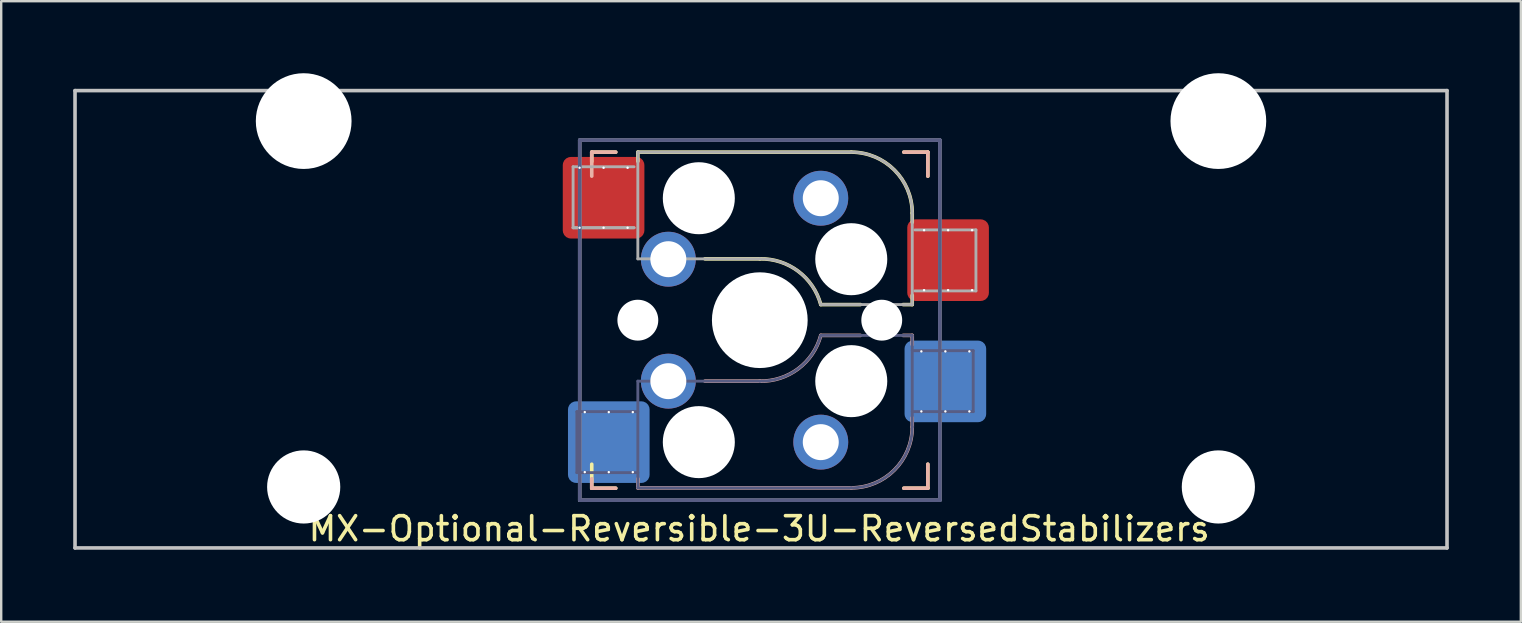
<source format=kicad_pcb>
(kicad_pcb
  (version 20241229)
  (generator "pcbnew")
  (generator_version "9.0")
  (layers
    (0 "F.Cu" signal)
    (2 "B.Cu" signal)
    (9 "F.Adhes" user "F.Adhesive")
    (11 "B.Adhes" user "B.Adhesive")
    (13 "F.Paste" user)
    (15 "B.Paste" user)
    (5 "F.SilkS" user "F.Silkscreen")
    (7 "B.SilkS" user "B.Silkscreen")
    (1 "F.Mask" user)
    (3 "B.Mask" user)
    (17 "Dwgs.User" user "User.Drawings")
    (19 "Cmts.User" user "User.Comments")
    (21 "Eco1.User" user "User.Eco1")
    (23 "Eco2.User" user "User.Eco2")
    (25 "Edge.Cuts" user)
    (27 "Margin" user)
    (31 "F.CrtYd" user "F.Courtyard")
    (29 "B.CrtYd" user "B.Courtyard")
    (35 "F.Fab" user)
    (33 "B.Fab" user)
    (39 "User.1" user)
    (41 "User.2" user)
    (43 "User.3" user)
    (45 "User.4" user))
  (footprint "MX-Optional-Reversible-3U-ReversedStabilizers"
    (layer "F.Cu")
    (at 28.65 10.249)
    (property "Reference" "MX-Optional-Reversible-3U-ReversedStabilizers" (at -0.077 8.726 180) (layer "F.SilkS") (effects (font (size 1 1) (thickness 0.15))))
    (attr smd)
    (fp_rect (start -8.258 -6.062) (end -4.858 -4.062) (stroke (width 0.1) (type solid)) (fill yes) (layer "F.Mask"))
    (fp_rect (start 6.092 -3.462) (end 9.492 -1.462) (stroke (width 0.1) (type solid)) (fill yes) (layer "F.Mask"))
    (fp_rect (start -8.041 4.118) (end -4.641 6.118) (stroke (width 0.1) (type solid)) (fill yes) (layer "B.Mask"))
    (fp_rect (start 5.979 1.588) (end 9.379 3.588) (stroke (width 0.1) (type solid)) (fill yes) (layer "B.Mask"))
    (fp_line (start -7.051 -6.962) (end -6.051 -6.962) (stroke (width 0.15) (type solid)) (layer "F.SilkS"))
    (fp_line (start -7.051 -6.566) (end -7.051 -6.962) (stroke (width 0.15) (type solid)) (layer "F.SilkS"))
    (fp_line (start -7.051 7.038) (end -7.051 6.038) (stroke (width 0.15) (type solid)) (layer "F.SilkS"))
    (fp_line (start -6.051 7.038) (end -7.051 7.038) (stroke (width 0.15) (type solid)) (layer "F.SilkS"))
    (fp_line (start -5.131 -6.581) (end -5.131 -6.962) (stroke (width 0.15) (type solid)) (layer "F.SilkS"))
    (fp_line (start -2.337 -2.517) (end -0.051 -2.517) (stroke (width 0.15) (type solid)) (layer "F.SilkS"))
    (fp_line (start 2.489 -0.612) (end 4.14 -0.612) (stroke (width 0.15) (type solid)) (layer "F.SilkS"))
    (fp_line (start 3.759 -6.962) (end -5.131 -6.962) (stroke (width 0.15) (type solid)) (layer "F.SilkS"))
    (fp_line (start 5.918 -0.612) (end 6.299 -0.612) (stroke (width 0.15) (type solid)) (layer "F.SilkS"))
    (fp_line (start 5.949 -6.962) (end 6.949 -6.962) (stroke (width 0.15) (type solid)) (layer "F.SilkS"))
    (fp_line (start 6.299 -4.041) (end 6.299 -4.422) (stroke (width 0.15) (type solid)) (layer "F.SilkS"))
    (fp_line (start 6.299 -0.612) (end 6.299 -0.993) (stroke (width 0.15) (type solid)) (layer "F.SilkS"))
    (fp_line (start 6.949 -6.962) (end 6.949 -5.962) (stroke (width 0.15) (type solid)) (layer "F.SilkS"))
    (fp_line (start 6.949 6.038) (end 6.949 7.038) (stroke (width 0.15) (type solid)) (layer "F.SilkS"))
    (fp_line (start 6.949 7.038) (end 5.949 7.038) (stroke (width 0.15) (type solid)) (layer "F.SilkS"))
    (fp_arc (start -0.05085 -2.51696) (mid 1.54712 -2.001754) (end 2.48915 -0.61196) (stroke (width 0.15) (type solid)) (layer "F.SilkS"))
    (fp_arc (start 3.75915 -6.96196) (mid 5.555201 -6.218011) (end 6.29915 -4.42196) (stroke (width 0.15) (type solid)) (layer "F.SilkS"))
    (fp_line (start -7.051 -6.962) (end -6.051 -6.962) (stroke (width 0.15) (type solid)) (layer "B.SilkS"))
    (fp_line (start -7.051 -5.962) (end -7.051 -6.962) (stroke (width 0.15) (type solid)) (layer "B.SilkS"))
    (fp_line (start -7.051 7.038) (end -7.051 6.642) (stroke (width 0.15) (type solid)) (layer "B.SilkS"))
    (fp_line (start -6.051 7.038) (end -7.051 7.038) (stroke (width 0.15) (type solid)) (layer "B.SilkS"))
    (fp_line (start -5.131 7.023) (end -5.131 6.642) (stroke (width 0.15) (type solid)) (layer "B.SilkS"))
    (fp_line (start -5.131 7.023) (end 3.759 7.023) (stroke (width 0.15) (type solid)) (layer "B.SilkS"))
    (fp_line (start -0.051 2.578) (end -2.337 2.578) (stroke (width 0.15) (type solid)) (layer "B.SilkS"))
    (fp_line (start 4.14 0.673) (end 2.489 0.673) (stroke (width 0.15) (type solid)) (layer "B.SilkS"))
    (fp_line (start 5.949 -6.962) (end 6.949 -6.962) (stroke (width 0.15) (type solid)) (layer "B.SilkS"))
    (fp_line (start 6.299 0.673) (end 5.918 0.673) (stroke (width 0.15) (type solid)) (layer "B.SilkS"))
    (fp_line (start 6.299 1.054) (end 6.299 0.673) (stroke (width 0.15) (type solid)) (layer "B.SilkS"))
    (fp_line (start 6.299 4.483) (end 6.299 4.102) (stroke (width 0.15) (type solid)) (layer "B.SilkS"))
    (fp_line (start 6.949 -6.962) (end 6.949 -5.962) (stroke (width 0.15) (type solid)) (layer "B.SilkS"))
    (fp_line (start 6.949 6.038) (end 6.949 7.038) (stroke (width 0.15) (type solid)) (layer "B.SilkS"))
    (fp_line (start 6.949 7.038) (end 5.949 7.038) (stroke (width 0.15) (type solid)) (layer "B.SilkS"))
    (fp_arc (start 2.48915 0.67304) (mid 1.547119 2.062831) (end -0.05085 2.57804) (stroke (width 0.15) (type solid)) (layer "B.SilkS"))
    (fp_arc (start 6.29915 4.48304) (mid 5.555201 6.279091) (end 3.75915 7.02304) (stroke (width 0.15) (type solid)) (layer "B.SilkS"))
    (fp_line (start -28.575 9.525) (end -28.575 -9.525) (stroke (width 0.15) (type solid)) (layer "Dwgs.User"))
    (fp_line (start 28.575 -9.525) (end -28.575 -9.525) (stroke (width 0.15) (type solid)) (layer "Dwgs.User"))
    (fp_line (start 28.575 9.525) (end -28.575 9.525) (stroke (width 0.15) (type solid)) (layer "Dwgs.User"))
    (fp_line (start 28.575 9.525) (end 28.575 -9.525) (stroke (width 0.15) (type solid)) (layer "Dwgs.User"))
    (fp_line (start -6.951 6.938) (end -6.951 -6.862) (stroke (width 0.15) (type solid)) (layer "Eco2.User"))
    (fp_line (start -6.951 6.938) (end 6.849 6.938) (stroke (width 0.15) (type solid)) (layer "Eco2.User"))
    (fp_line (start 6.849 -6.862) (end -6.951 -6.862) (stroke (width 0.15) (type solid)) (layer "Eco2.User"))
    (fp_line (start 6.849 -6.862) (end 6.849 6.938) (stroke (width 0.15) (type solid)) (layer "Eco2.User"))
    (fp_line (start -7.671 3.848) (end -7.671 6.388) (stroke (width 0.12) (type solid)) (layer "B.Fab"))
    (fp_line (start -7.671 6.388) (end -5.131 6.388) (stroke (width 0.12) (type solid)) (layer "B.Fab"))
    (fp_line (start -7.551 -7.462) (end 7.449 -7.462) (stroke (width 0.15) (type solid)) (layer "B.Fab"))
    (fp_line (start -7.551 7.538) (end -7.551 -7.462) (stroke (width 0.15) (type solid)) (layer "B.Fab"))
    (fp_line (start -5.131 2.578) (end -5.131 7.023) (stroke (width 0.12) (type solid)) (layer "B.Fab"))
    (fp_line (start -5.131 3.848) (end -7.671 3.848) (stroke (width 0.12) (type solid)) (layer "B.Fab"))
    (fp_line (start -5.131 7.023) (end 3.759 7.023) (stroke (width 0.12) (type solid)) (layer "B.Fab"))
    (fp_line (start -0.051 2.578) (end -5.131 2.578) (stroke (width 0.12) (type solid)) (layer "B.Fab"))
    (fp_line (start 6.299 0.673) (end 2.489 0.673) (stroke (width 0.12) (type solid)) (layer "B.Fab"))
    (fp_line (start 6.299 3.848) (end 8.839 3.848) (stroke (width 0.12) (type solid)) (layer "B.Fab"))
    (fp_line (start 6.299 4.483) (end 6.299 0.673) (stroke (width 0.12) (type solid)) (layer "B.Fab"))
    (fp_line (start 7.449 -7.462) (end 7.449 7.538) (stroke (width 0.15) (type solid)) (layer "B.Fab"))
    (fp_line (start 7.449 7.538) (end -7.551 7.538) (stroke (width 0.15) (type solid)) (layer "B.Fab"))
    (fp_line (start 8.839 1.308) (end 6.299 1.308) (stroke (width 0.12) (type solid)) (layer "B.Fab"))
    (fp_line (start 8.839 3.848) (end 8.839 1.308) (stroke (width 0.12) (type solid)) (layer "B.Fab"))
    (fp_arc (start 2.48915 0.67304) (mid 1.547119 2.062831) (end -0.05085 2.57804) (stroke (width 0.12) (type solid)) (layer "B.Fab"))
    (fp_arc (start 6.29915 4.48304) (mid 5.555201 6.279091) (end 3.75915 7.02304) (stroke (width 0.12) (type solid)) (layer "B.Fab"))
    (fp_line (start -7.828 -6.352) (end -7.828 -3.812) (stroke (width 0.12) (type solid)) (layer "F.Fab"))
    (fp_line (start -7.828 -3.812) (end -5.288 -3.812) (stroke (width 0.12) (type solid)) (layer "F.Fab"))
    (fp_line (start -7.828 -3.812) (end -5.288 -3.812) (stroke (width 0.12) (type solid)) (layer "F.Fab"))
    (fp_line (start -7.551 -7.462) (end 7.449 -7.462) (stroke (width 0.15) (type solid)) (layer "F.Fab"))
    (fp_line (start -7.551 7.538) (end -7.551 -7.462) (stroke (width 0.15) (type solid)) (layer "F.Fab"))
    (fp_line (start -5.288 -6.352) (end -7.828 -6.352) (stroke (width 0.12) (type solid)) (layer "F.Fab"))
    (fp_line (start -5.131 -6.962) (end -5.131 -2.517) (stroke (width 0.12) (type solid)) (layer "F.Fab"))
    (fp_line (start -5.131 -2.517) (end -0.051 -2.517) (stroke (width 0.12) (type solid)) (layer "F.Fab"))
    (fp_line (start 2.489 -0.612) (end 6.299 -0.612) (stroke (width 0.12) (type solid)) (layer "F.Fab"))
    (fp_line (start 3.759 -6.962) (end -5.131 -6.962) (stroke (width 0.12) (type solid)) (layer "F.Fab"))
    (fp_line (start 6.299 -0.612) (end 6.299 -4.422) (stroke (width 0.12) (type solid)) (layer "F.Fab"))
    (fp_line (start 6.412 -1.182) (end 8.952 -1.182) (stroke (width 0.12) (type solid)) (layer "F.Fab"))
    (fp_line (start 7.449 -7.462) (end 7.449 7.538) (stroke (width 0.15) (type solid)) (layer "F.Fab"))
    (fp_line (start 7.449 7.538) (end -7.551 7.538) (stroke (width 0.15) (type solid)) (layer "F.Fab"))
    (fp_line (start 8.952 -3.722) (end 6.412 -3.722) (stroke (width 0.12) (type solid)) (layer "F.Fab"))
    (fp_line (start 8.952 -1.182) (end 8.952 -3.722) (stroke (width 0.12) (type solid)) (layer "F.Fab"))
    (fp_arc (start -0.05085 -2.51696) (mid 1.547122 -2.001755) (end 2.48915 -0.61196) (stroke (width 0.12) (type solid)) (layer "F.Fab"))
    (fp_arc (start 3.75915 -6.96196) (mid 5.555201 -6.218011) (end 6.29915 -4.42196) (stroke (width 0.12) (type solid)) (layer "F.Fab"))
    (pad "" np_thru_hole circle (at -19.05 -8.255) (size 3.988 3.988) (drill 3.988) (layers "*.Cu" "*.Mask"))
    (pad "" np_thru_hole circle (at -19.05 6.985) (size 3.048 3.048) (drill 3.048) (layers "*.Cu" "*.Mask"))
    (pad "" np_thru_hole circle (at -5.131 0.038) (size 1.702 1.702) (drill 1.702) (layers "*.Cu" "*.Mask"))
    (pad "" np_thru_hole circle (at -2.591 -5.042) (size 3 3) (drill 3) (layers "*.Cu" "*.Mask"))
    (pad "" np_thru_hole circle (at -2.591 5.118) (size 3 3) (drill 3) (layers "*.Cu" "*.Mask"))
    (pad "" np_thru_hole circle (at -0.051 0.038) (size 3.988 3.988) (drill 3.988) (layers "*.Cu" "*.Mask"))
    (pad "" np_thru_hole circle (at 3.759 -2.502) (size 3 3) (drill 3) (layers "*.Cu" "*.Mask"))
    (pad "" np_thru_hole circle (at 3.759 2.578) (size 3 3) (drill 3) (layers "*.Cu" "*.Mask"))
    (pad "" np_thru_hole circle (at 5.029 0.038) (size 1.702 1.702) (drill 1.702) (layers "*.Cu" "*.Mask"))
    (pad "" np_thru_hole circle (at 19.05 -8.255) (size 3.988 3.988) (drill 3.988) (layers "*.Cu" "*.Mask"))
    (pad "" np_thru_hole circle (at 19.05 6.985) (size 3.048 3.048) (drill 3.048) (layers "*.Cu" "*.Mask"))
    (pad "1" thru_hole circle (at -7.558 -6.312 270) (size 0.1 0.1) (drill 0.3) (layers "*.Cu" "*.Mask"))
    (pad "1" thru_hole circle (at -7.558 -3.812 270) (size 0.1 0.1) (drill 0.3) (layers "*.Cu" "*.Mask"))
    (pad "1" thru_hole circle (at -7.341 3.868 270) (size 0.1 0.1) (drill 0.3) (layers "*.Cu" "*.Mask"))
    (pad "1" thru_hole circle (at -7.341 6.368 270) (size 0.1 0.1) (drill 0.3) (layers "*.Cu" "*.Mask"))
    (pad "1" thru_hole circle (at -6.558 -6.312 270) (size 0.1 0.1) (drill 0.3) (layers "*.Cu"))
    (pad "1" smd roundrect (at -6.558 -5.062 180) (size 3.4 3.4) (property pad_prop_bga) (layers "F.Cu" "F.Paste") (roundrect_rratio 0.1))
    (pad "1" thru_hole circle (at -6.558 -3.812 270) (size 0.1 0.1) (drill 0.3) (layers "*.Cu" "*.Mask"))
    (pad "1" thru_hole circle (at -6.341 3.868 270) (size 0.1 0.1) (drill 0.3) (layers "*.Cu"))
    (pad "1" smd roundrect (at -6.341 5.118) (size 3.4 3.4) (property pad_prop_bga) (layers "B.Cu" "B.Paste") (roundrect_rratio 0.1))
    (pad "1" thru_hole circle (at -6.341 6.368 270) (size 0.1 0.1) (drill 0.3) (layers "*.Cu" "*.Mask"))
    (pad "1" thru_hole circle (at -5.558 -6.312 270) (size 0.1 0.1) (drill 0.3) (layers "*.Cu"))
    (pad "1" thru_hole circle (at -5.558 -3.812 270) (size 0.1 0.1) (drill 0.3) (layers "*.Cu" "*.Mask"))
    (pad "1" thru_hole circle (at -5.341 3.868 270) (size 0.1 0.1) (drill 0.3) (layers "*.Cu"))
    (pad "1" thru_hole circle (at -5.341 6.368 270) (size 0.1 0.1) (drill 0.3) (layers "*.Cu" "*.Mask"))
    (pad "1" thru_hole circle (at -3.861 -2.502) (size 2.286 2.286) (drill 1.499) (layers "*.Cu" "*.Mask"))
    (pad "1" thru_hole circle (at -3.861 2.578) (size 2.286 2.286) (drill 1.499) (layers "*.Cu" "*.Mask"))
    (pad "2" thru_hole circle (at 2.489 -5.042) (size 2.286 2.286) (drill 1.499) (layers "*.Cu" "*.Mask"))
    (pad "2" thru_hole circle (at 2.489 5.118) (size 2.286 2.286) (drill 1.499) (layers "*.Cu" "*.Mask"))
    (pad "2" thru_hole circle (at 6.679 1.338 270) (size 0.1 0.1) (drill 0.3) (layers "*.Cu" "*.Mask"))
    (pad "2" thru_hole circle (at 6.679 3.838 270) (size 0.1 0.1) (drill 0.3) (layers "*.Cu" "*.Mask"))
    (pad "2" thru_hole circle (at 6.792 -3.712 270) (size 0.1 0.1) (drill 0.3) (layers "*.Cu" "*.Mask"))
    (pad "2" thru_hole circle (at 6.792 -1.212 270) (size 0.1 0.1) (drill 0.3) (layers "*.Cu" "*.Mask"))
    (pad "2" thru_hole circle (at 7.679 1.338 270) (size 0.1 0.1) (drill 0.3) (layers "*.Cu" "*.Mask"))
    (pad "2" smd roundrect (at 7.679 2.588) (size 3.4 3.4) (property pad_prop_bga) (layers "B.Cu" "B.Paste") (roundrect_rratio 0.1))
    (pad "2" thru_hole circle (at 7.679 3.838 270) (size 0.1 0.1) (drill 0.3) (layers "*.Cu"))
    (pad "2" thru_hole circle (at 7.792 -3.712 270) (size 0.1 0.1) (drill 0.3) (layers "*.Cu"))
    (pad "2" smd roundrect (at 7.792 -2.462 180) (size 3.4 3.4) (property pad_prop_bga) (layers "F.Cu" "F.Paste") (roundrect_rratio 0.1))
    (pad "2" thru_hole circle (at 7.792 -1.212 270) (size 0.1 0.1) (drill 0.3) (layers "*.Cu" "*.Mask"))
    (pad "2" thru_hole circle (at 8.679 1.338 270) (size 0.1 0.1) (drill 0.3) (layers "*.Cu" "*.Mask"))
    (pad "2" thru_hole circle (at 8.679 3.838 270) (size 0.1 0.1) (drill 0.3) (layers "*.Cu"))
    (pad "2" thru_hole circle (at 8.792 -3.712 270) (size 0.1 0.1) (drill 0.3) (layers "*.Cu"))
    (pad "2" thru_hole circle (at 8.792 -1.212 270) (size 0.1 0.1) (drill 0.3) (layers "*.Cu" "*.Mask")))
  (gr_rect
    (start -3 -3)
    (end 60.3 22.849)
    (stroke (width 0.1) (type default))
    (fill no)
    (layer "Edge.Cuts")))
</source>
